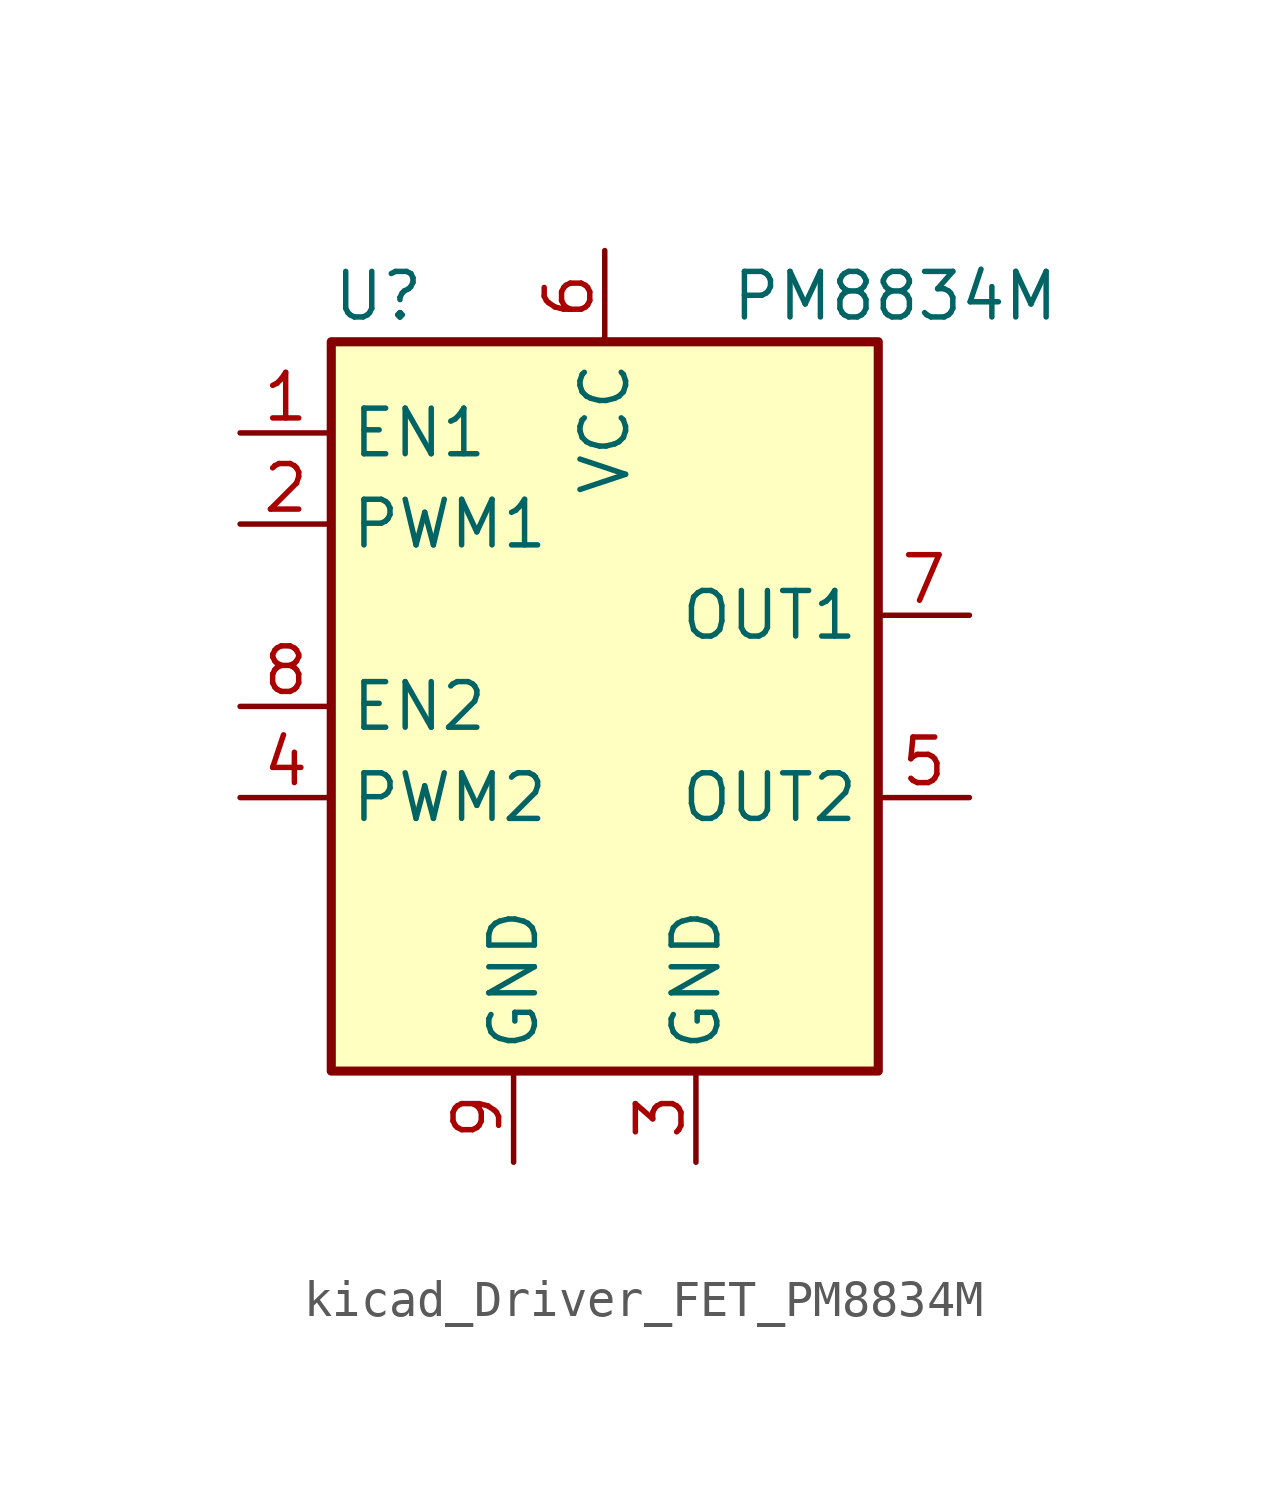
<source format=kicad_sym>
(kicad_symbol_lib
  (version 20220914)
  (generator kicad_symbol_editor)
  (symbol "kicad_Driver_FET_PM8834M"
    (property "Reference" "U"
      (at -7.62 11.43 0)
      (effects (font (size 1.27 1.27)) (justify left)))
    (property "Value" "PM8834M"
      (at 12.7 11.43 0)
      (effects (font (size 1.27 1.27)) (justify right)))
    (symbol "kicad_Driver_FET_PM8834M_0_1"
      (rectangle (start -7.62 -10.16) (end 7.62 10.16) (stroke (width 0.254) (type default)) (fill (type background))))
    (symbol "kicad_Driver_FET_PM8834M_1_1"
      (pin input line (at -10.16 7.62 0) (length 2.54) (name "EN1" (effects (font (size 1.27 1.27)))) (number "1" (effects (font (size 1.27 1.27)))))
      (pin input line (at -10.16 5.08 0) (length 2.54) (name "PWM1" (effects (font (size 1.27 1.27)))) (number "2" (effects (font (size 1.27 1.27)))))
      (pin power_in line (at 2.54 -12.7 90) (length 2.54) (name "GND" (effects (font (size 1.27 1.27)))) (number "3" (effects (font (size 1.27 1.27)))))
      (pin input line (at -10.16 -2.54 0) (length 2.54) (name "PWM2" (effects (font (size 1.27 1.27)))) (number "4" (effects (font (size 1.27 1.27)))))
      (pin output line (at 10.16 -2.54 180) (length 2.54) (name "OUT2" (effects (font (size 1.27 1.27)))) (number "5" (effects (font (size 1.27 1.27)))))
      (pin power_in line (at 0 12.7 270) (length 2.54) (name "VCC" (effects (font (size 1.27 1.27)))) (number "6" (effects (font (size 1.27 1.27)))))
      (pin output line (at 10.16 2.54 180) (length 2.54) (name "OUT1" (effects (font (size 1.27 1.27)))) (number "7" (effects (font (size 1.27 1.27)))))
      (pin input line (at -10.16 0 0) (length 2.54) (name "EN2" (effects (font (size 1.27 1.27)))) (number "8" (effects (font (size 1.27 1.27)))))
      (pin power_in line (at -2.54 -12.7 90) (length 2.54) (name "GND" (effects (font (size 1.27 1.27)))) (number "9" (effects (font (size 1.27 1.27))))))))
</source>
